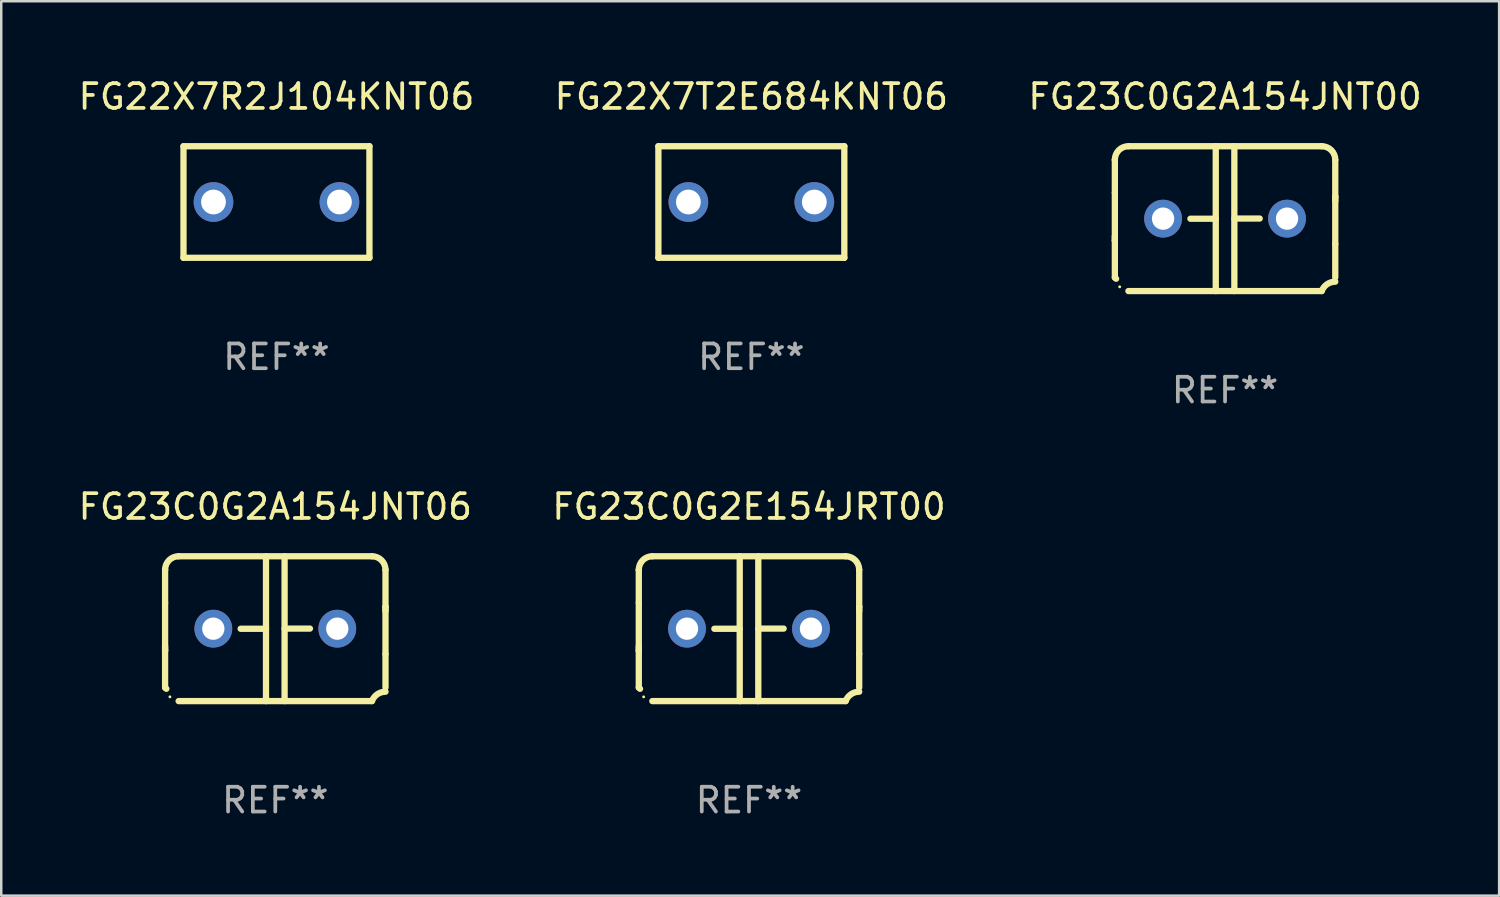
<source format=kicad_pcb>
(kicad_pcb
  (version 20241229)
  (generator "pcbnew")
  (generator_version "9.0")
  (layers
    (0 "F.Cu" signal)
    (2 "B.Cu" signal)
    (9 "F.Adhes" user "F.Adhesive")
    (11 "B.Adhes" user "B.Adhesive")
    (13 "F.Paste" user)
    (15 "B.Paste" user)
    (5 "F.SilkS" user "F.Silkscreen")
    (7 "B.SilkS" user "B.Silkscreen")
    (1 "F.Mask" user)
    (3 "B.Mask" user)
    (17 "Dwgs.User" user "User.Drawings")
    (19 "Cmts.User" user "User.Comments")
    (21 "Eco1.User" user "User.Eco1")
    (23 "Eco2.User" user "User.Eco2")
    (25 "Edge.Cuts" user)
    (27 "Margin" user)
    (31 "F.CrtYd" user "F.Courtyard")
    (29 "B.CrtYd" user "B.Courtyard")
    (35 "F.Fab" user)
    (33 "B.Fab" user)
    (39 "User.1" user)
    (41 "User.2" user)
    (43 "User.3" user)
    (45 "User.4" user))
  (footprint "FG22X7T2E684KNT06"
    (layer "F.Cu")
    (at 27.256 5.098)
    (property "Reference" "FG22X7T2E684KNT06" (at 0 -4.25 0) (layer "F.SilkS") (effects (font (size 1 1) (thickness 0.15))))
    (attr through_hole)
    (fp_line (start -3.75 -2.25) (end -3.75 2.25) (stroke (width 0.254) (type solid)) (layer "F.SilkS"))
    (fp_line (start -3.75 -2.25) (end 3.75 -2.25) (stroke (width 0.254) (type solid)) (layer "F.SilkS"))
    (fp_line (start 3.75 -2.25) (end 3.75 2.25) (stroke (width 0.254) (type solid)) (layer "F.SilkS"))
    (fp_line (start 3.75 2.25) (end -3.75 2.25) (stroke (width 0.254) (type solid)) (layer "F.SilkS"))
    (fp_circle (center -3.75 2.25) (end -3.72 2.25) (stroke (width 0.06) (type solid)) (fill no) (layer "F.SilkS"))
    (fp_text user "REF**" (at 0 6.25 0) (layer "F.Fab") (effects (font (size 1 1) (thickness 0.15))))
    (pad "1" thru_hole circle (at -2.54 0) (size 1.6 1.6) (drill 1) (layers "*.Cu" "*.Mask"))
    (pad "2" thru_hole circle (at 2.54 0) (size 1.6 1.6) (drill 1) (layers "*.Cu" "*.Mask")))
  (footprint "FG23C0G2E154JRT00"
    (layer "F.Cu")
    (at 27.161 22.308)
    (property "Reference" "FG23C0G2E154JRT00" (at 0 -4.921 0) (layer "F.SilkS") (effects (font (size 1 1) (thickness 0.15))))
    (attr through_hole)
    (fp_line (start -4.445 2.375) (end -4.445 0.889) (stroke (width 0.254) (type solid)) (layer "F.SilkS"))
    (fp_line (start -4.445 -2.375) (end -4.445 -2.375) (stroke (width 0.254) (type solid)) (layer "F.SilkS"))
    (fp_line (start -4.445 -1.045) (end -4.445 -2.375) (stroke (width 0.254) (type solid)) (layer "F.SilkS"))
    (fp_line (start -4.445 -1.045) (end -4.445 0.889) (stroke (width 0.254) (type solid)) (layer "F.SilkS"))
    (fp_line (start -4.445 0.889) (end -4.445 0.708) (stroke (width 0.254) (type solid)) (layer "F.SilkS"))
    (fp_line (start -3.899 -2.921) (end 3.899 -2.921) (stroke (width 0.254) (type solid)) (layer "F.SilkS"))
    (fp_line (start -0.375 0.004) (end -1.397 0.004) (stroke (width 0.254) (type solid)) (layer "F.SilkS"))
    (fp_line (start -0.375 2.921) (end -0.375 -2.921) (stroke (width 0.254) (type solid)) (layer "F.SilkS"))
    (fp_line (start 0.375 -2.921) (end 0.375 2.921) (stroke (width 0.254) (type solid)) (layer "F.SilkS"))
    (fp_line (start 0.375 -0.004) (end 1.397 -0.004) (stroke (width 0.254) (type solid)) (layer "F.SilkS"))
    (fp_line (start 3.899 2.921) (end -3.899 2.921) (stroke (width 0.254) (type solid)) (layer "F.SilkS"))
    (fp_line (start 4.445 -0.889) (end 4.445 -0.708) (stroke (width 0.254) (type solid)) (layer "F.SilkS"))
    (fp_line (start 4.445 -0.889) (end 4.445 1.02) (stroke (width 0.254) (type solid)) (layer "F.SilkS"))
    (fp_line (start 4.445 1.02) (end 4.445 2.375) (stroke (width 0.254) (type solid)) (layer "F.SilkS"))
    (fp_line (start 4.445 -2.375) (end 4.445 -0.889) (stroke (width 0.254) (type solid)) (layer "F.SilkS"))
    (fp_arc (start -4.445034 -2.374778) (mid -4.285049 -2.761028) (end -3.898806 -2.921031) (stroke (width 0.254001) (type solid)) (layer "F.SilkS"))
    (fp_arc (start -4.445034 2.374803) (mid -4.4201 2.399713) (end -4.395166 2.424624) (stroke (width 0.254001) (type solid)) (layer "F.SilkS"))
    (fp_arc (start 3.898781 -2.921031) (mid 4.285035 -2.76105) (end 4.445034 -2.374803) (stroke (width 0.254001) (type solid)) (layer "F.SilkS"))
    (fp_arc (start 3.898806 2.921031) (mid 4.112864 2.64665) (end 4.445037 2.542888) (stroke (width 0.254001) (type solid)) (layer "F.SilkS"))
    (fp_circle (center -4.25 2.75) (end -4.22 2.75) (stroke (width 0.06) (type solid)) (fill no) (layer "F.SilkS"))
    (fp_text user "REF**" (at 0 6.921 0) (layer "F.Fab") (effects (font (size 1 1) (thickness 0.15))))
    (pad "1" thru_hole circle (at -2.5 0) (size 1.524 1.524) (drill 0.9) (layers "*.Cu" "*.Mask"))
    (pad "2" thru_hole circle (at 2.5 0) (size 1.524 1.524) (drill 0.9) (layers "*.Cu" "*.Mask")))
  (footprint "FG23C0G2A154JNT00"
    (layer "F.Cu")
    (at 46.363 5.769)
    (property "Reference" "FG23C0G2A154JNT00" (at 0 -4.921 0) (layer "F.SilkS") (effects (font (size 1 1) (thickness 0.15))))
    (attr through_hole)
    (fp_line (start -4.445 2.375) (end -4.445 0.889) (stroke (width 0.254) (type solid)) (layer "F.SilkS"))
    (fp_line (start -4.445 -2.375) (end -4.445 -2.375) (stroke (width 0.254) (type solid)) (layer "F.SilkS"))
    (fp_line (start -4.445 -1.045) (end -4.445 -2.375) (stroke (width 0.254) (type solid)) (layer "F.SilkS"))
    (fp_line (start -4.445 -1.045) (end -4.445 0.889) (stroke (width 0.254) (type solid)) (layer "F.SilkS"))
    (fp_line (start -4.445 0.889) (end -4.445 0.708) (stroke (width 0.254) (type solid)) (layer "F.SilkS"))
    (fp_line (start -3.899 -2.921) (end 3.899 -2.921) (stroke (width 0.254) (type solid)) (layer "F.SilkS"))
    (fp_line (start -0.375 0.004) (end -1.397 0.004) (stroke (width 0.254) (type solid)) (layer "F.SilkS"))
    (fp_line (start -0.375 2.921) (end -0.375 -2.921) (stroke (width 0.254) (type solid)) (layer "F.SilkS"))
    (fp_line (start 0.375 -2.921) (end 0.375 2.921) (stroke (width 0.254) (type solid)) (layer "F.SilkS"))
    (fp_line (start 0.375 -0.004) (end 1.397 -0.004) (stroke (width 0.254) (type solid)) (layer "F.SilkS"))
    (fp_line (start 3.899 2.921) (end -3.899 2.921) (stroke (width 0.254) (type solid)) (layer "F.SilkS"))
    (fp_line (start 4.445 -0.889) (end 4.445 -0.708) (stroke (width 0.254) (type solid)) (layer "F.SilkS"))
    (fp_line (start 4.445 -0.889) (end 4.445 1.02) (stroke (width 0.254) (type solid)) (layer "F.SilkS"))
    (fp_line (start 4.445 1.02) (end 4.445 2.375) (stroke (width 0.254) (type solid)) (layer "F.SilkS"))
    (fp_line (start 4.445 -2.375) (end 4.445 -0.889) (stroke (width 0.254) (type solid)) (layer "F.SilkS"))
    (fp_arc (start -4.445034 -2.374778) (mid -4.285049 -2.761028) (end -3.898806 -2.921031) (stroke (width 0.254001) (type solid)) (layer "F.SilkS"))
    (fp_arc (start -4.445034 2.374803) (mid -4.4201 2.399713) (end -4.395166 2.424624) (stroke (width 0.254001) (type solid)) (layer "F.SilkS"))
    (fp_arc (start 3.898781 -2.921031) (mid 4.285035 -2.76105) (end 4.445034 -2.374803) (stroke (width 0.254001) (type solid)) (layer "F.SilkS"))
    (fp_arc (start 3.898806 2.921031) (mid 4.112864 2.64665) (end 4.445037 2.542888) (stroke (width 0.254001) (type solid)) (layer "F.SilkS"))
    (fp_circle (center -4.25 2.75) (end -4.22 2.75) (stroke (width 0.06) (type solid)) (fill no) (layer "F.SilkS"))
    (fp_text user "REF**" (at 0 6.921 0) (layer "F.Fab") (effects (font (size 1 1) (thickness 0.15))))
    (pad "1" thru_hole circle (at -2.5 0) (size 1.524 1.524) (drill 0.9) (layers "*.Cu" "*.Mask"))
    (pad "2" thru_hole circle (at 2.5 0) (size 1.524 1.524) (drill 0.9) (layers "*.Cu" "*.Mask")))
  (footprint "FG22X7R2J104KNT06"
    (layer "F.Cu")
    (at 8.101 5.098)
    (property "Reference" "FG22X7R2J104KNT06" (at 0 -4.25 0) (layer "F.SilkS") (effects (font (size 1 1) (thickness 0.15))))
    (attr through_hole)
    (fp_line (start -3.75 -2.25) (end -3.75 2.25) (stroke (width 0.254) (type solid)) (layer "F.SilkS"))
    (fp_line (start -3.75 -2.25) (end 3.75 -2.25) (stroke (width 0.254) (type solid)) (layer "F.SilkS"))
    (fp_line (start 3.75 -2.25) (end 3.75 2.25) (stroke (width 0.254) (type solid)) (layer "F.SilkS"))
    (fp_line (start 3.75 2.25) (end -3.75 2.25) (stroke (width 0.254) (type solid)) (layer "F.SilkS"))
    (fp_circle (center -3.75 2.25) (end -3.72 2.25) (stroke (width 0.06) (type solid)) (fill no) (layer "F.SilkS"))
    (fp_text user "REF**" (at 0 6.25 0) (layer "F.Fab") (effects (font (size 1 1) (thickness 0.15))))
    (pad "1" thru_hole circle (at -2.54 0) (size 1.6 1.6) (drill 1) (layers "*.Cu" "*.Mask"))
    (pad "2" thru_hole circle (at 2.54 0) (size 1.6 1.6) (drill 1) (layers "*.Cu" "*.Mask")))
  (footprint "FG23C0G2A154JNT06"
    (layer "F.Cu")
    (at 8.054 22.308)
    (property "Reference" "FG23C0G2A154JNT06" (at 0 -4.921 0) (layer "F.SilkS") (effects (font (size 1 1) (thickness 0.15))))
    (attr through_hole)
    (fp_line (start -4.445 2.375) (end -4.445 0.889) (stroke (width 0.254) (type solid)) (layer "F.SilkS"))
    (fp_line (start -4.445 -2.375) (end -4.445 -2.375) (stroke (width 0.254) (type solid)) (layer "F.SilkS"))
    (fp_line (start -4.445 -1.045) (end -4.445 -2.375) (stroke (width 0.254) (type solid)) (layer "F.SilkS"))
    (fp_line (start -4.445 -1.045) (end -4.445 0.889) (stroke (width 0.254) (type solid)) (layer "F.SilkS"))
    (fp_line (start -4.445 0.889) (end -4.445 0.708) (stroke (width 0.254) (type solid)) (layer "F.SilkS"))
    (fp_line (start -3.899 -2.921) (end 3.899 -2.921) (stroke (width 0.254) (type solid)) (layer "F.SilkS"))
    (fp_line (start -0.375 0.004) (end -1.397 0.004) (stroke (width 0.254) (type solid)) (layer "F.SilkS"))
    (fp_line (start -0.375 2.921) (end -0.375 -2.921) (stroke (width 0.254) (type solid)) (layer "F.SilkS"))
    (fp_line (start 0.375 -2.921) (end 0.375 2.921) (stroke (width 0.254) (type solid)) (layer "F.SilkS"))
    (fp_line (start 0.375 -0.004) (end 1.397 -0.004) (stroke (width 0.254) (type solid)) (layer "F.SilkS"))
    (fp_line (start 3.899 2.921) (end -3.899 2.921) (stroke (width 0.254) (type solid)) (layer "F.SilkS"))
    (fp_line (start 4.445 -0.889) (end 4.445 -0.708) (stroke (width 0.254) (type solid)) (layer "F.SilkS"))
    (fp_line (start 4.445 -0.889) (end 4.445 1.02) (stroke (width 0.254) (type solid)) (layer "F.SilkS"))
    (fp_line (start 4.445 1.02) (end 4.445 2.375) (stroke (width 0.254) (type solid)) (layer "F.SilkS"))
    (fp_line (start 4.445 -2.375) (end 4.445 -0.889) (stroke (width 0.254) (type solid)) (layer "F.SilkS"))
    (fp_arc (start -4.445034 -2.374778) (mid -4.285049 -2.761028) (end -3.898806 -2.921031) (stroke (width 0.254001) (type solid)) (layer "F.SilkS"))
    (fp_arc (start -4.445034 2.374803) (mid -4.4201 2.399713) (end -4.395166 2.424624) (stroke (width 0.254001) (type solid)) (layer "F.SilkS"))
    (fp_arc (start 3.898781 -2.921031) (mid 4.285035 -2.76105) (end 4.445034 -2.374803) (stroke (width 0.254001) (type solid)) (layer "F.SilkS"))
    (fp_arc (start 3.898806 2.921031) (mid 4.112864 2.64665) (end 4.445037 2.542888) (stroke (width 0.254001) (type solid)) (layer "F.SilkS"))
    (fp_circle (center -4.25 2.75) (end -4.22 2.75) (stroke (width 0.06) (type solid)) (fill no) (layer "F.SilkS"))
    (fp_text user "REF**" (at 0 6.921 0) (layer "F.Fab") (effects (font (size 1 1) (thickness 0.15))))
    (pad "1" thru_hole circle (at -2.5 0) (size 1.524 1.524) (drill 0.9) (layers "*.Cu" "*.Mask"))
    (pad "2" thru_hole circle (at 2.5 0) (size 1.524 1.524) (drill 0.9) (layers "*.Cu" "*.Mask")))
  (gr_rect
    (start -3 -3)
    (end 57.417 33.077)
    (stroke (width 0.1) (type default))
    (fill no)
    (layer "Edge.Cuts")))
</source>
